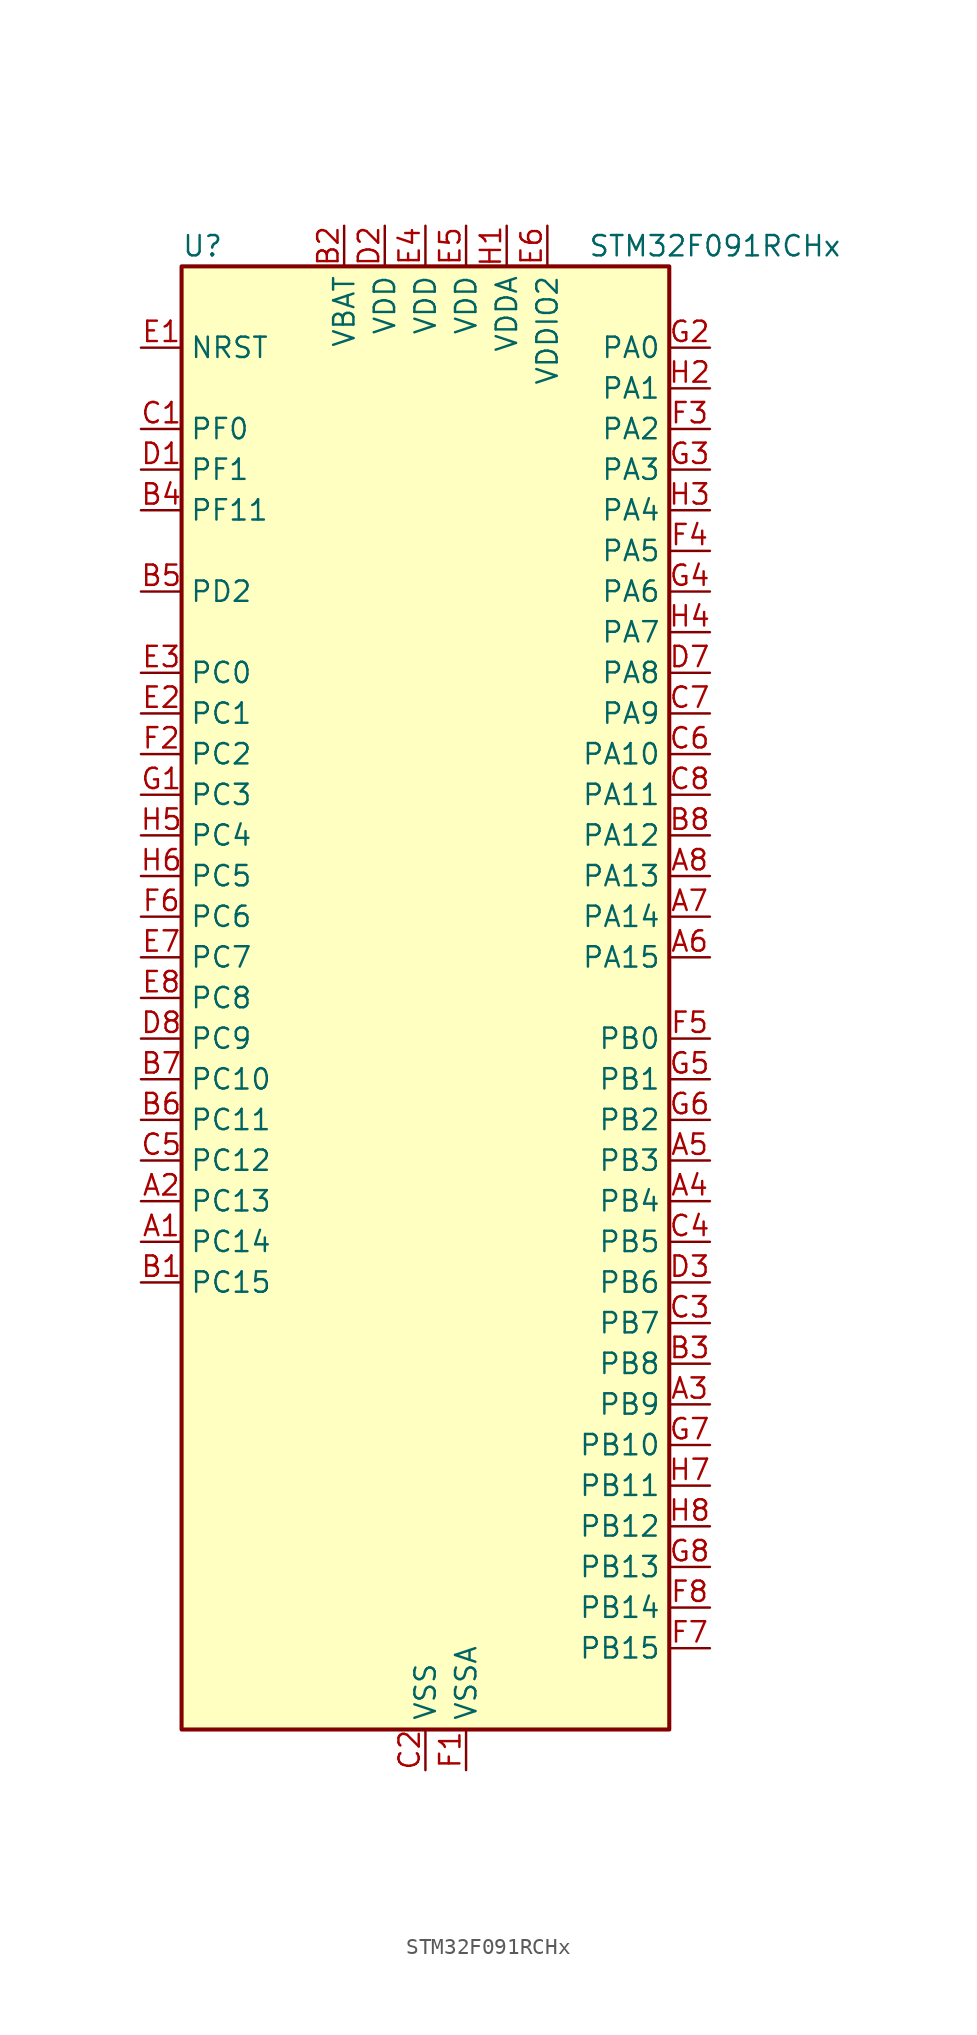
<source format=kicad_sym>
(kicad_symbol_lib
  (version 20241209)
  (generator "kicad_symbol_editor")
  (generator_version "9.0")
  (symbol "STM32F091RCHx"
    (property "Reference" "U"
      (at -15.24 46.99 0)
      (effects (font (size 1.27 1.27)) (justify left)))
    (property "Value" "STM32F091RCHx"
      (at 10.16 46.99 0)
      (effects (font (size 1.27 1.27)) (justify left)))
    (symbol "STM32F091RCHx_0_1"
      (rectangle (start -15.24 -45.72) (end 15.24 45.72) (stroke (width 0.254) (type default)) (fill (type background))))
    (symbol "STM32F091RCHx_1_1"
      (pin input line (at -17.78 40.64 0) (length 2.54) (name "NRST" (effects (font (size 1.27 1.27)))) (number "E1" (effects (font (size 1.27 1.27)))))
      (pin bidirectional line (at -17.78 35.56 0) (length 2.54) (name "PF0" (effects (font (size 1.27 1.27)))) (number "C1" (effects (font (size 1.27 1.27)))) (alternate "CRS_SYNC" bidirectional line) (alternate "I2C1_SDA" bidirectional line) (alternate "RCC_OSC_IN" bidirectional line))
      (pin bidirectional line (at -17.78 33.02 0) (length 2.54) (name "PF1" (effects (font (size 1.27 1.27)))) (number "D1" (effects (font (size 1.27 1.27)))) (alternate "I2C1_SCL" bidirectional line) (alternate "RCC_OSC_OUT" bidirectional line))
      (pin bidirectional line (at -17.78 30.48 0) (length 2.54) (name "PF11" (effects (font (size 1.27 1.27)))) (number "B4" (effects (font (size 1.27 1.27)))))
      (pin bidirectional line (at -17.78 25.4 0) (length 2.54) (name "PD2" (effects (font (size 1.27 1.27)))) (number "B5" (effects (font (size 1.27 1.27)))) (alternate "TIM3_ETR" bidirectional line) (alternate "USART3_DE" bidirectional line) (alternate "USART3_RTS" bidirectional line) (alternate "USART5_RX" bidirectional line))
      (pin bidirectional line (at -17.78 20.32 0) (length 2.54) (name "PC0" (effects (font (size 1.27 1.27)))) (number "E3" (effects (font (size 1.27 1.27)))) (alternate "ADC_IN10" bidirectional line) (alternate "USART6_TX" bidirectional line) (alternate "USART7_TX" bidirectional line))
      (pin bidirectional line (at -17.78 17.78 0) (length 2.54) (name "PC1" (effects (font (size 1.27 1.27)))) (number "E2" (effects (font (size 1.27 1.27)))) (alternate "ADC_IN11" bidirectional line) (alternate "USART6_RX" bidirectional line) (alternate "USART7_RX" bidirectional line))
      (pin bidirectional line (at -17.78 15.24 0) (length 2.54) (name "PC2" (effects (font (size 1.27 1.27)))) (number "F2" (effects (font (size 1.27 1.27)))) (alternate "ADC_IN12" bidirectional line) (alternate "I2S2_MCK" bidirectional line) (alternate "SPI2_MISO" bidirectional line) (alternate "USART8_TX" bidirectional line))
      (pin bidirectional line (at -17.78 12.7 0) (length 2.54) (name "PC3" (effects (font (size 1.27 1.27)))) (number "G1" (effects (font (size 1.27 1.27)))) (alternate "ADC_IN13" bidirectional line) (alternate "I2S2_SD" bidirectional line) (alternate "SPI2_MOSI" bidirectional line) (alternate "USART8_RX" bidirectional line))
      (pin bidirectional line (at -17.78 10.16 0) (length 2.54) (name "PC4" (effects (font (size 1.27 1.27)))) (number "H5" (effects (font (size 1.27 1.27)))) (alternate "ADC_IN14" bidirectional line) (alternate "USART3_TX" bidirectional line))
      (pin bidirectional line (at -17.78 7.62 0) (length 2.54) (name "PC5" (effects (font (size 1.27 1.27)))) (number "H6" (effects (font (size 1.27 1.27)))) (alternate "ADC_IN15" bidirectional line) (alternate "SYS_WKUP5" bidirectional line) (alternate "TSC_G3_IO1" bidirectional line) (alternate "USART3_RX" bidirectional line))
      (pin bidirectional line (at -17.78 5.08 0) (length 2.54) (name "PC6" (effects (font (size 1.27 1.27)))) (number "F6" (effects (font (size 1.27 1.27)))) (alternate "TIM3_CH1" bidirectional line) (alternate "USART7_TX" bidirectional line))
      (pin bidirectional line (at -17.78 2.54 0) (length 2.54) (name "PC7" (effects (font (size 1.27 1.27)))) (number "E7" (effects (font (size 1.27 1.27)))) (alternate "TIM3_CH2" bidirectional line) (alternate "USART7_RX" bidirectional line))
      (pin bidirectional line (at -17.78 0 0) (length 2.54) (name "PC8" (effects (font (size 1.27 1.27)))) (number "E8" (effects (font (size 1.27 1.27)))) (alternate "TIM3_CH3" bidirectional line) (alternate "USART8_TX" bidirectional line))
      (pin bidirectional line (at -17.78 -2.54 0) (length 2.54) (name "PC9" (effects (font (size 1.27 1.27)))) (number "D8" (effects (font (size 1.27 1.27)))) (alternate "DAC_EXTI9" bidirectional line) (alternate "TIM3_CH4" bidirectional line) (alternate "USART8_RX" bidirectional line))
      (pin bidirectional line (at -17.78 -5.08 0) (length 2.54) (name "PC10" (effects (font (size 1.27 1.27)))) (number "B7" (effects (font (size 1.27 1.27)))) (alternate "USART3_TX" bidirectional line) (alternate "USART4_TX" bidirectional line))
      (pin bidirectional line (at -17.78 -7.62 0) (length 2.54) (name "PC11" (effects (font (size 1.27 1.27)))) (number "B6" (effects (font (size 1.27 1.27)))) (alternate "USART3_RX" bidirectional line) (alternate "USART4_RX" bidirectional line))
      (pin bidirectional line (at -17.78 -10.16 0) (length 2.54) (name "PC12" (effects (font (size 1.27 1.27)))) (number "C5" (effects (font (size 1.27 1.27)))) (alternate "USART3_CK" bidirectional line) (alternate "USART4_CK" bidirectional line) (alternate "USART5_TX" bidirectional line))
      (pin bidirectional line (at -17.78 -12.7 0) (length 2.54) (name "PC13" (effects (font (size 1.27 1.27)))) (number "A2" (effects (font (size 1.27 1.27)))) (alternate "RTC_OUT_ALARM" bidirectional line) (alternate "RTC_OUT_CALIB" bidirectional line) (alternate "RTC_TAMP1" bidirectional line) (alternate "RTC_TS" bidirectional line) (alternate "SYS_WKUP2" bidirectional line))
      (pin bidirectional line (at -17.78 -15.24 0) (length 2.54) (name "PC14" (effects (font (size 1.27 1.27)))) (number "A1" (effects (font (size 1.27 1.27)))) (alternate "RCC_OSC32_IN" bidirectional line))
      (pin bidirectional line (at -17.78 -17.78 0) (length 2.54) (name "PC15" (effects (font (size 1.27 1.27)))) (number "B1" (effects (font (size 1.27 1.27)))) (alternate "RCC_OSC32_OUT" bidirectional line))
      (pin power_in line (at -5.08 48.26 270) (length 2.54) (name "VBAT" (effects (font (size 1.27 1.27)))) (number "B2" (effects (font (size 1.27 1.27)))))
      (pin power_in line (at -2.54 48.26 270) (length 2.54) (name "VDD" (effects (font (size 1.27 1.27)))) (number "D2" (effects (font (size 1.27 1.27)))))
      (pin power_in line (at 0 48.26 270) (length 2.54) (name "VDD" (effects (font (size 1.27 1.27)))) (number "E4" (effects (font (size 1.27 1.27)))))
      (pin power_in line (at 0 -48.26 90) (length 2.54) (name "VSS" (effects (font (size 1.27 1.27)))) (number "C2" (effects (font (size 1.27 1.27)))))
      (pin passive line (at 0 -48.26 90) (length 2.54) (hide yes) (name "VSS" (effects (font (size 1.27 1.27)))) (number "D4" (effects (font (size 1.27 1.27)))))
      (pin passive line (at 0 -48.26 90) (length 2.54) (hide yes) (name "VSS" (effects (font (size 1.27 1.27)))) (number "D5" (effects (font (size 1.27 1.27)))))
      (pin passive line (at 0 -48.26 90) (length 2.54) (hide yes) (name "VSS" (effects (font (size 1.27 1.27)))) (number "D6" (effects (font (size 1.27 1.27)))))
      (pin power_in line (at 2.54 48.26 270) (length 2.54) (name "VDD" (effects (font (size 1.27 1.27)))) (number "E5" (effects (font (size 1.27 1.27)))))
      (pin power_in line (at 2.54 -48.26 90) (length 2.54) (name "VSSA" (effects (font (size 1.27 1.27)))) (number "F1" (effects (font (size 1.27 1.27)))))
      (pin power_in line (at 5.08 48.26 270) (length 2.54) (name "VDDA" (effects (font (size 1.27 1.27)))) (number "H1" (effects (font (size 1.27 1.27)))))
      (pin power_in line (at 7.62 48.26 270) (length 2.54) (name "VDDIO2" (effects (font (size 1.27 1.27)))) (number "E6" (effects (font (size 1.27 1.27)))))
      (pin bidirectional line (at 17.78 40.64 180) (length 2.54) (name "PA0" (effects (font (size 1.27 1.27)))) (number "G2" (effects (font (size 1.27 1.27)))) (alternate "ADC_IN0" bidirectional line) (alternate "COMP1_INM" bidirectional line) (alternate "COMP1_OUT" bidirectional line) (alternate "RTC_TAMP2" bidirectional line) (alternate "SYS_WKUP1" bidirectional line) (alternate "TIM2_CH1" bidirectional line) (alternate "TIM2_ETR" bidirectional line) (alternate "TSC_G1_IO1" bidirectional line) (alternate "USART2_CTS" bidirectional line) (alternate "USART4_TX" bidirectional line))
      (pin bidirectional line (at 17.78 38.1 180) (length 2.54) (name "PA1" (effects (font (size 1.27 1.27)))) (number "H2" (effects (font (size 1.27 1.27)))) (alternate "ADC_IN1" bidirectional line) (alternate "COMP1_INP" bidirectional line) (alternate "TIM15_CH1N" bidirectional line) (alternate "TIM2_CH2" bidirectional line) (alternate "TSC_G1_IO2" bidirectional line) (alternate "USART2_DE" bidirectional line) (alternate "USART2_RTS" bidirectional line) (alternate "USART4_RX" bidirectional line))
      (pin bidirectional line (at 17.78 35.56 180) (length 2.54) (name "PA2" (effects (font (size 1.27 1.27)))) (number "F3" (effects (font (size 1.27 1.27)))) (alternate "ADC_IN2" bidirectional line) (alternate "COMP2_INM" bidirectional line) (alternate "COMP2_OUT" bidirectional line) (alternate "SYS_WKUP4" bidirectional line) (alternate "TIM15_CH1" bidirectional line) (alternate "TIM2_CH3" bidirectional line) (alternate "TSC_G1_IO3" bidirectional line) (alternate "USART2_TX" bidirectional line))
      (pin bidirectional line (at 17.78 33.02 180) (length 2.54) (name "PA3" (effects (font (size 1.27 1.27)))) (number "G3" (effects (font (size 1.27 1.27)))) (alternate "ADC_IN3" bidirectional line) (alternate "COMP2_INP" bidirectional line) (alternate "TIM15_CH2" bidirectional line) (alternate "TIM2_CH4" bidirectional line) (alternate "TSC_G1_IO4" bidirectional line) (alternate "USART2_RX" bidirectional line))
      (pin bidirectional line (at 17.78 30.48 180) (length 2.54) (name "PA4" (effects (font (size 1.27 1.27)))) (number "H3" (effects (font (size 1.27 1.27)))) (alternate "ADC_IN4" bidirectional line) (alternate "COMP1_INM" bidirectional line) (alternate "COMP2_INM" bidirectional line) (alternate "DAC_OUT1" bidirectional line) (alternate "I2S1_WS" bidirectional line) (alternate "SPI1_NSS" bidirectional line) (alternate "TIM14_CH1" bidirectional line) (alternate "TSC_G2_IO1" bidirectional line) (alternate "USART2_CK" bidirectional line) (alternate "USART6_TX" bidirectional line))
      (pin bidirectional line (at 17.78 27.94 180) (length 2.54) (name "PA5" (effects (font (size 1.27 1.27)))) (number "F4" (effects (font (size 1.27 1.27)))) (alternate "ADC_IN5" bidirectional line) (alternate "CEC" bidirectional line) (alternate "COMP1_INM" bidirectional line) (alternate "COMP2_INM" bidirectional line) (alternate "DAC_OUT2" bidirectional line) (alternate "I2S1_CK" bidirectional line) (alternate "SPI1_SCK" bidirectional line) (alternate "TIM2_CH1" bidirectional line) (alternate "TIM2_ETR" bidirectional line) (alternate "TSC_G2_IO2" bidirectional line) (alternate "USART6_RX" bidirectional line))
      (pin bidirectional line (at 17.78 25.4 180) (length 2.54) (name "PA6" (effects (font (size 1.27 1.27)))) (number "G4" (effects (font (size 1.27 1.27)))) (alternate "ADC_IN6" bidirectional line) (alternate "COMP1_OUT" bidirectional line) (alternate "I2S1_MCK" bidirectional line) (alternate "SPI1_MISO" bidirectional line) (alternate "TIM16_CH1" bidirectional line) (alternate "TIM1_BKIN" bidirectional line) (alternate "TIM3_CH1" bidirectional line) (alternate "TSC_G2_IO3" bidirectional line) (alternate "USART3_CTS" bidirectional line))
      (pin bidirectional line (at 17.78 22.86 180) (length 2.54) (name "PA7" (effects (font (size 1.27 1.27)))) (number "H4" (effects (font (size 1.27 1.27)))) (alternate "ADC_IN7" bidirectional line) (alternate "COMP2_OUT" bidirectional line) (alternate "I2S1_SD" bidirectional line) (alternate "SPI1_MOSI" bidirectional line) (alternate "TIM14_CH1" bidirectional line) (alternate "TIM17_CH1" bidirectional line) (alternate "TIM1_CH1N" bidirectional line) (alternate "TIM3_CH2" bidirectional line) (alternate "TSC_G2_IO4" bidirectional line))
      (pin bidirectional line (at 17.78 20.32 180) (length 2.54) (name "PA8" (effects (font (size 1.27 1.27)))) (number "D7" (effects (font (size 1.27 1.27)))) (alternate "CRS_SYNC" bidirectional line) (alternate "RCC_MCO" bidirectional line) (alternate "TIM1_CH1" bidirectional line) (alternate "USART1_CK" bidirectional line))
      (pin bidirectional line (at 17.78 17.78 180) (length 2.54) (name "PA9" (effects (font (size 1.27 1.27)))) (number "C7" (effects (font (size 1.27 1.27)))) (alternate "DAC_EXTI9" bidirectional line) (alternate "I2C1_SCL" bidirectional line) (alternate "RCC_MCO" bidirectional line) (alternate "TIM15_BKIN" bidirectional line) (alternate "TIM1_CH2" bidirectional line) (alternate "TSC_G4_IO1" bidirectional line) (alternate "USART1_TX" bidirectional line))
      (pin bidirectional line (at 17.78 15.24 180) (length 2.54) (name "PA10" (effects (font (size 1.27 1.27)))) (number "C6" (effects (font (size 1.27 1.27)))) (alternate "I2C1_SDA" bidirectional line) (alternate "TIM17_BKIN" bidirectional line) (alternate "TIM1_CH3" bidirectional line) (alternate "TSC_G4_IO2" bidirectional line) (alternate "USART1_RX" bidirectional line))
      (pin bidirectional line (at 17.78 12.7 180) (length 2.54) (name "PA11" (effects (font (size 1.27 1.27)))) (number "C8" (effects (font (size 1.27 1.27)))) (alternate "CAN_RX" bidirectional line) (alternate "COMP1_OUT" bidirectional line) (alternate "I2C2_SCL" bidirectional line) (alternate "TIM1_CH4" bidirectional line) (alternate "TSC_G4_IO3" bidirectional line) (alternate "USART1_CTS" bidirectional line))
      (pin bidirectional line (at 17.78 10.16 180) (length 2.54) (name "PA12" (effects (font (size 1.27 1.27)))) (number "B8" (effects (font (size 1.27 1.27)))) (alternate "CAN_TX" bidirectional line) (alternate "COMP2_OUT" bidirectional line) (alternate "I2C2_SDA" bidirectional line) (alternate "TIM1_ETR" bidirectional line) (alternate "TSC_G4_IO4" bidirectional line) (alternate "USART1_DE" bidirectional line) (alternate "USART1_RTS" bidirectional line))
      (pin bidirectional line (at 17.78 7.62 180) (length 2.54) (name "PA13" (effects (font (size 1.27 1.27)))) (number "A8" (effects (font (size 1.27 1.27)))) (alternate "IR_OUT" bidirectional line) (alternate "SYS_SWDIO" bidirectional line))
      (pin bidirectional line (at 17.78 5.08 180) (length 2.54) (name "PA14" (effects (font (size 1.27 1.27)))) (number "A7" (effects (font (size 1.27 1.27)))) (alternate "SYS_SWCLK" bidirectional line) (alternate "USART2_TX" bidirectional line))
      (pin bidirectional line (at 17.78 2.54 180) (length 2.54) (name "PA15" (effects (font (size 1.27 1.27)))) (number "A6" (effects (font (size 1.27 1.27)))) (alternate "I2S1_WS" bidirectional line) (alternate "SPI1_NSS" bidirectional line) (alternate "TIM2_CH1" bidirectional line) (alternate "TIM2_ETR" bidirectional line) (alternate "USART2_RX" bidirectional line) (alternate "USART4_DE" bidirectional line) (alternate "USART4_RTS" bidirectional line))
      (pin bidirectional line (at 17.78 -2.54 180) (length 2.54) (name "PB0" (effects (font (size 1.27 1.27)))) (number "F5" (effects (font (size 1.27 1.27)))) (alternate "ADC_IN8" bidirectional line) (alternate "TIM1_CH2N" bidirectional line) (alternate "TIM3_CH3" bidirectional line) (alternate "TSC_G3_IO2" bidirectional line) (alternate "USART3_CK" bidirectional line))
      (pin bidirectional line (at 17.78 -5.08 180) (length 2.54) (name "PB1" (effects (font (size 1.27 1.27)))) (number "G5" (effects (font (size 1.27 1.27)))) (alternate "ADC_IN9" bidirectional line) (alternate "TIM14_CH1" bidirectional line) (alternate "TIM1_CH3N" bidirectional line) (alternate "TIM3_CH4" bidirectional line) (alternate "TSC_G3_IO3" bidirectional line) (alternate "USART3_DE" bidirectional line) (alternate "USART3_RTS" bidirectional line))
      (pin bidirectional line (at 17.78 -7.62 180) (length 2.54) (name "PB2" (effects (font (size 1.27 1.27)))) (number "G6" (effects (font (size 1.27 1.27)))) (alternate "TSC_G3_IO4" bidirectional line))
      (pin bidirectional line (at 17.78 -10.16 180) (length 2.54) (name "PB3" (effects (font (size 1.27 1.27)))) (number "A5" (effects (font (size 1.27 1.27)))) (alternate "I2S1_CK" bidirectional line) (alternate "SPI1_SCK" bidirectional line) (alternate "TIM2_CH2" bidirectional line) (alternate "TSC_G5_IO1" bidirectional line) (alternate "USART5_TX" bidirectional line))
      (pin bidirectional line (at 17.78 -12.7 180) (length 2.54) (name "PB4" (effects (font (size 1.27 1.27)))) (number "A4" (effects (font (size 1.27 1.27)))) (alternate "I2S1_MCK" bidirectional line) (alternate "SPI1_MISO" bidirectional line) (alternate "TIM17_BKIN" bidirectional line) (alternate "TIM3_CH1" bidirectional line) (alternate "TSC_G5_IO2" bidirectional line) (alternate "USART5_RX" bidirectional line))
      (pin bidirectional line (at 17.78 -15.24 180) (length 2.54) (name "PB5" (effects (font (size 1.27 1.27)))) (number "C4" (effects (font (size 1.27 1.27)))) (alternate "I2C1_SMBA" bidirectional line) (alternate "I2S1_SD" bidirectional line) (alternate "SPI1_MOSI" bidirectional line) (alternate "SYS_WKUP6" bidirectional line) (alternate "TIM16_BKIN" bidirectional line) (alternate "TIM3_CH2" bidirectional line) (alternate "USART5_CK" bidirectional line) (alternate "USART5_DE" bidirectional line) (alternate "USART5_RTS" bidirectional line))
      (pin bidirectional line (at 17.78 -17.78 180) (length 2.54) (name "PB6" (effects (font (size 1.27 1.27)))) (number "D3" (effects (font (size 1.27 1.27)))) (alternate "I2C1_SCL" bidirectional line) (alternate "TIM16_CH1N" bidirectional line) (alternate "TSC_G5_IO3" bidirectional line) (alternate "USART1_TX" bidirectional line))
      (pin bidirectional line (at 17.78 -20.32 180) (length 2.54) (name "PB7" (effects (font (size 1.27 1.27)))) (number "C3" (effects (font (size 1.27 1.27)))) (alternate "I2C1_SDA" bidirectional line) (alternate "TIM17_CH1N" bidirectional line) (alternate "TSC_G5_IO4" bidirectional line) (alternate "USART1_RX" bidirectional line) (alternate "USART4_CTS" bidirectional line))
      (pin bidirectional line (at 17.78 -22.86 180) (length 2.54) (name "PB8" (effects (font (size 1.27 1.27)))) (number "B3" (effects (font (size 1.27 1.27)))) (alternate "CAN_RX" bidirectional line) (alternate "CEC" bidirectional line) (alternate "I2C1_SCL" bidirectional line) (alternate "TIM16_CH1" bidirectional line) (alternate "TSC_SYNC" bidirectional line))
      (pin bidirectional line (at 17.78 -25.4 180) (length 2.54) (name "PB9" (effects (font (size 1.27 1.27)))) (number "A3" (effects (font (size 1.27 1.27)))) (alternate "CAN_TX" bidirectional line) (alternate "DAC_EXTI9" bidirectional line) (alternate "I2C1_SDA" bidirectional line) (alternate "I2S2_WS" bidirectional line) (alternate "IR_OUT" bidirectional line) (alternate "SPI2_NSS" bidirectional line) (alternate "TIM17_CH1" bidirectional line))
      (pin bidirectional line (at 17.78 -27.94 180) (length 2.54) (name "PB10" (effects (font (size 1.27 1.27)))) (number "G7" (effects (font (size 1.27 1.27)))) (alternate "CEC" bidirectional line) (alternate "I2C2_SCL" bidirectional line) (alternate "I2S2_CK" bidirectional line) (alternate "SPI2_SCK" bidirectional line) (alternate "TIM2_CH3" bidirectional line) (alternate "TSC_SYNC" bidirectional line) (alternate "USART3_TX" bidirectional line))
      (pin bidirectional line (at 17.78 -30.48 180) (length 2.54) (name "PB11" (effects (font (size 1.27 1.27)))) (number "H7" (effects (font (size 1.27 1.27)))) (alternate "I2C2_SDA" bidirectional line) (alternate "TIM2_CH4" bidirectional line) (alternate "TSC_G6_IO1" bidirectional line) (alternate "USART3_RX" bidirectional line))
      (pin bidirectional line (at 17.78 -33.02 180) (length 2.54) (name "PB12" (effects (font (size 1.27 1.27)))) (number "H8" (effects (font (size 1.27 1.27)))) (alternate "I2S2_WS" bidirectional line) (alternate "SPI2_NSS" bidirectional line) (alternate "TIM15_BKIN" bidirectional line) (alternate "TIM1_BKIN" bidirectional line) (alternate "TSC_G6_IO2" bidirectional line) (alternate "USART3_CK" bidirectional line))
      (pin bidirectional line (at 17.78 -35.56 180) (length 2.54) (name "PB13" (effects (font (size 1.27 1.27)))) (number "G8" (effects (font (size 1.27 1.27)))) (alternate "I2C2_SCL" bidirectional line) (alternate "I2S2_CK" bidirectional line) (alternate "SPI2_SCK" bidirectional line) (alternate "TIM1_CH1N" bidirectional line) (alternate "TSC_G6_IO3" bidirectional line) (alternate "USART3_CTS" bidirectional line))
      (pin bidirectional line (at 17.78 -38.1 180) (length 2.54) (name "PB14" (effects (font (size 1.27 1.27)))) (number "F8" (effects (font (size 1.27 1.27)))) (alternate "I2C2_SDA" bidirectional line) (alternate "I2S2_MCK" bidirectional line) (alternate "SPI2_MISO" bidirectional line) (alternate "TIM15_CH1" bidirectional line) (alternate "TIM1_CH2N" bidirectional line) (alternate "TSC_G6_IO4" bidirectional line) (alternate "USART3_DE" bidirectional line) (alternate "USART3_RTS" bidirectional line))
      (pin bidirectional line (at 17.78 -40.64 180) (length 2.54) (name "PB15" (effects (font (size 1.27 1.27)))) (number "F7" (effects (font (size 1.27 1.27)))) (alternate "I2S2_SD" bidirectional line) (alternate "RTC_REFIN" bidirectional line) (alternate "SPI2_MOSI" bidirectional line) (alternate "SYS_WKUP7" bidirectional line) (alternate "TIM15_CH1N" bidirectional line) (alternate "TIM15_CH2" bidirectional line) (alternate "TIM1_CH3N" bidirectional line)))))
</source>
